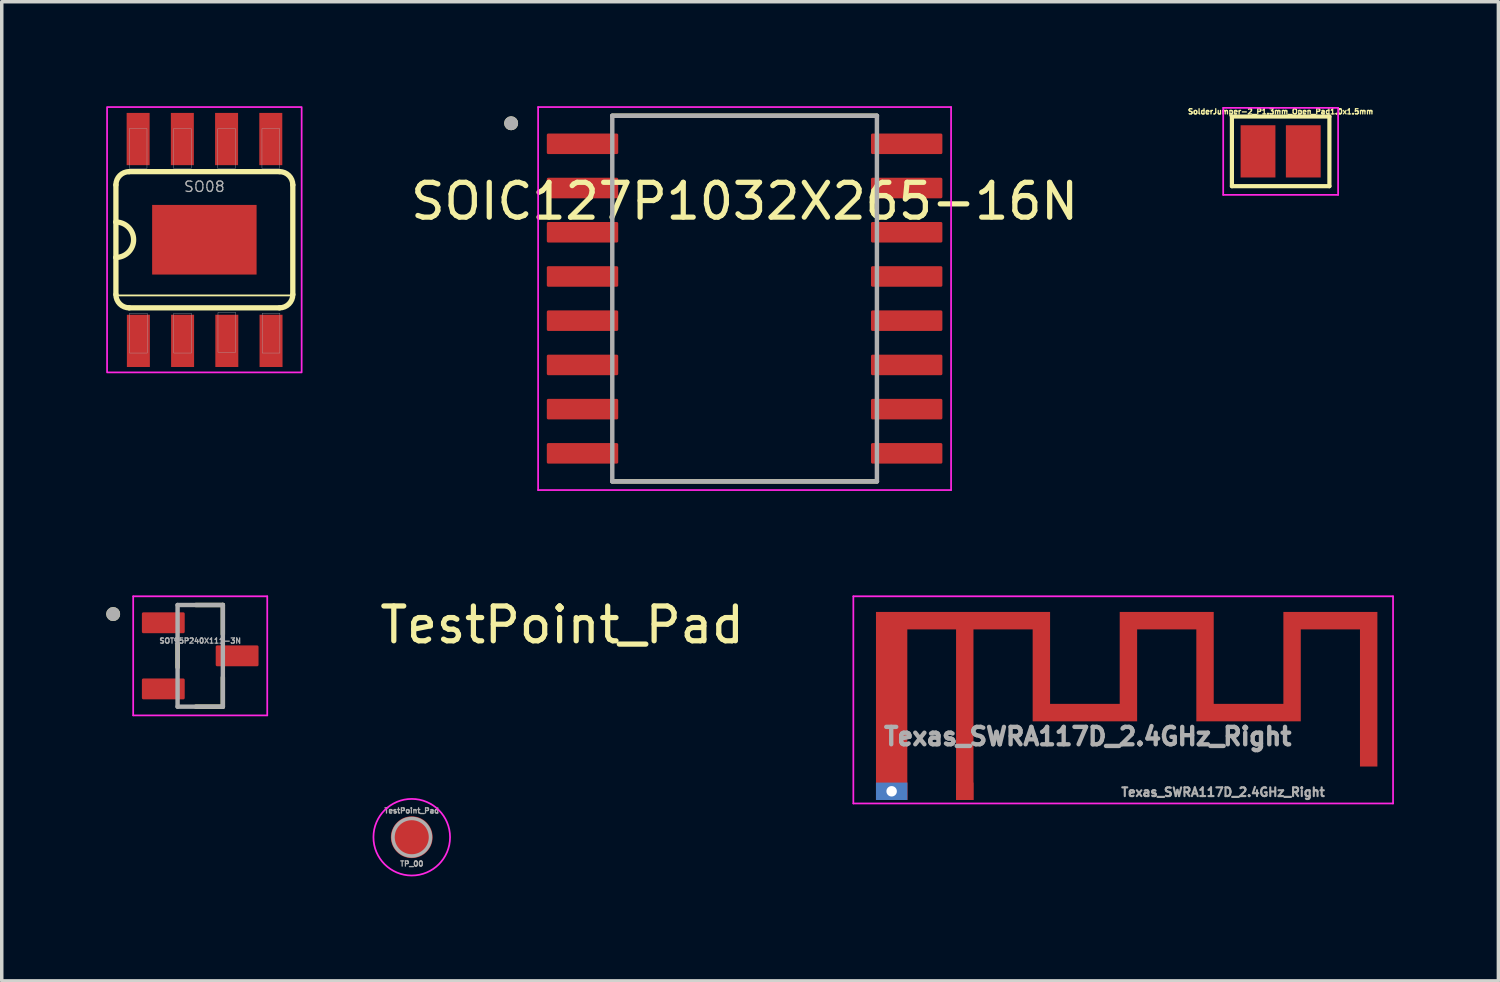
<source format=kicad_pcb>
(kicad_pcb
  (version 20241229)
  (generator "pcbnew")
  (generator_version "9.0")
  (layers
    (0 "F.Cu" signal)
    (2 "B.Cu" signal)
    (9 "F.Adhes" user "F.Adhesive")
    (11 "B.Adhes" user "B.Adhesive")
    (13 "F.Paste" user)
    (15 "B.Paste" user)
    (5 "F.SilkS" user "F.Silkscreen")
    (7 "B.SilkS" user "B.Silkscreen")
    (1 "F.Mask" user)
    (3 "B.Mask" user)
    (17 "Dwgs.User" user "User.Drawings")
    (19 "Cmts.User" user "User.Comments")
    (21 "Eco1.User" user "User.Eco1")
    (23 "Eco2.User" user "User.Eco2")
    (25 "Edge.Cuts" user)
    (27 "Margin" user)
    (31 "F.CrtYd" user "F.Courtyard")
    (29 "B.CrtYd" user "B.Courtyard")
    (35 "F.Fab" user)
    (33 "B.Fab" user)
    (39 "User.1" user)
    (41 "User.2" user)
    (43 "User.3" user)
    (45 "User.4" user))
  (footprint "SO08"
    (layer "F.Cu")
    (at 2.819 3.835)
    (property "Reference" "SO08" (at 0 -1.524 180) (layer "F.Fab") (effects (font (size 0.3 0.3) (thickness 0.037))))
    (attr smd)
    (fp_line (start -2.54 -1.575) (end -2.54 -0.508) (stroke (width 0.152) (type solid)) (layer "F.SilkS"))
    (fp_line (start -2.54 -0.508) (end -2.54 0.508) (stroke (width 0.152) (type solid)) (layer "F.SilkS"))
    (fp_line (start -2.54 0.508) (end -2.54 1.575) (stroke (width 0.152) (type solid)) (layer "F.SilkS"))
    (fp_line (start -2.54 1.6) (end 2.54 1.6) (stroke (width 0.051) (type solid)) (layer "F.SilkS"))
    (fp_line (start -2.159 1.956) (end 2.159 1.956) (stroke (width 0.152) (type solid)) (layer "F.SilkS"))
    (fp_line (start 2.159 -1.956) (end -2.159 -1.956) (stroke (width 0.152) (type solid)) (layer "F.SilkS"))
    (fp_line (start 2.54 1.575) (end 2.54 -1.575) (stroke (width 0.152) (type solid)) (layer "F.SilkS"))
    (fp_arc (start -2.54 -1.5748) (mid -2.428408 -1.844208) (end -2.159 -1.9558) (stroke (width 0.1524) (type solid)) (layer "F.SilkS"))
    (fp_arc (start -2.54 -0.508) (mid -2.032 0) (end -2.54 0.508) (stroke (width 0.1524) (type solid)) (layer "F.SilkS"))
    (fp_arc (start -2.159 1.9558) (mid -2.428408 1.844208) (end -2.54 1.5748) (stroke (width 0.1524) (type solid)) (layer "F.SilkS"))
    (fp_arc (start 2.159 -1.9558) (mid 2.428408 -1.844208) (end 2.54 -1.5748) (stroke (width 0.1524) (type solid)) (layer "F.SilkS"))
    (fp_arc (start 2.54 1.5748) (mid 2.428408 1.844208) (end 2.159 1.9558) (stroke (width 0.1524) (type solid)) (layer "F.SilkS"))
    (fp_rect (start -2.794 -3.81) (end 2.794 3.81) (stroke (width 0.05) (type default)) (fill no) (layer "F.CrtYd"))
    (fp_poly (pts (xy -2.156 -3.191) (xy -1.648 -3.191) (xy -1.648 -2.048) (xy -2.156 -2.048)) (stroke (width 0.01) (type solid)) (fill no) (layer "F.Fab"))
    (fp_poly (pts (xy -2.149 2.111) (xy -1.641 2.111) (xy -1.641 3.254) (xy -2.149 3.254)) (stroke (width 0.01) (type solid)) (fill no) (layer "F.Fab"))
    (fp_poly (pts (xy -0.886 -3.191) (xy -0.378 -3.191) (xy -0.378 -2.048) (xy -0.886 -2.048)) (stroke (width 0.01) (type solid)) (fill no) (layer "F.Fab"))
    (fp_poly (pts (xy -0.879 2.111) (xy -0.371 2.111) (xy -0.371 3.254) (xy -0.879 3.254)) (stroke (width 0.01) (type solid)) (fill no) (layer "F.Fab"))
    (fp_poly (pts (xy 0.384 -3.191) (xy 0.892 -3.191) (xy 0.892 -2.048) (xy 0.384 -2.048)) (stroke (width 0.01) (type solid)) (fill no) (layer "F.Fab"))
    (fp_poly (pts (xy 0.391 2.086) (xy 0.899 2.086) (xy 0.899 3.229) (xy 0.391 3.229)) (stroke (width 0.01) (type solid)) (fill no) (layer "F.Fab"))
    (fp_poly (pts (xy 1.654 -3.191) (xy 2.162 -3.191) (xy 2.162 -2.048) (xy 1.654 -2.048)) (stroke (width 0.01) (type solid)) (fill no) (layer "F.Fab"))
    (fp_poly (pts (xy 1.661 2.111) (xy 2.169 2.111) (xy 2.169 3.254) (xy 1.661 3.254)) (stroke (width 0.01) (type solid)) (fill no) (layer "F.Fab"))
    (pad "1" smd rect (at -1.895 2.905) (size 0.66 1.5) (layers "F.Cu" "F.Mask" "F.Paste"))
    (pad "2" smd rect (at -0.625 2.905) (size 0.66 1.5) (layers "F.Cu" "F.Mask" "F.Paste"))
    (pad "3" smd rect (at 0.645 2.905) (size 0.66 1.5) (layers "F.Cu" "F.Mask" "F.Paste"))
    (pad "4" smd rect (at 1.915 2.905) (size 0.66 1.5) (layers "F.Cu" "F.Mask" "F.Paste"))
    (pad "5" smd rect (at 1.908 -2.892) (size 0.66 1.5) (layers "F.Cu" "F.Mask" "F.Paste"))
    (pad "6" smd rect (at 0.638 -2.892) (size 0.66 1.5) (layers "F.Cu" "F.Mask" "F.Paste"))
    (pad "7" smd rect (at -0.632 -2.892) (size 0.66 1.5) (layers "F.Cu" "F.Mask" "F.Paste"))
    (pad "8" smd rect (at -1.902 -2.892) (size 0.66 1.5) (layers "F.Cu" "F.Mask" "F.Paste"))
    (pad "9" smd rect (at 0 0) (size 3 2) (layers "F.Cu" "F.Mask" "F.Paste")))
  (footprint "TestPoint_Pad"
    (layer "F.Cu")
    (at 8.775 20.994)
    (property "Reference" "TestPoint_Pad" (at 4.318 -6.096 0) (layer "F.SilkS") (effects (font (size 1 1) (thickness 0.15))))
    (property "Value" "TP_00" (at 0.635 0 0) (layer "F.SilkS") (hide yes) (effects (font (size 0.8 0.8) (thickness 0.1)) (justify left)))
    (attr exclude_from_pos_files exclude_from_bom)
    (fp_circle (center 0 0) (end 1.1 0) (stroke (width 0.05) (type solid)) (fill no) (layer "F.CrtYd"))
    (fp_circle (center 0 0) (end 0.381 0.381) (stroke (width 0.1) (type default)) (fill no) (layer "F.Fab"))
    (fp_text user "${VALUE}" (at 0 0.762 0) (layer "F.Fab") (effects (font (size 0.15 0.15) (thickness 0.037))))
    (fp_text user "${REFERENCE}" (at 0 -0.762 0) (layer "F.Fab") (effects (font (size 0.15 0.15) (thickness 0.037))))
    (pad "1" smd circle (at 0 0) (size 1.2 1.2) (layers "F.Cu" "F.Mask")))
  (footprint "SolderJumper-2_P1.3mm_Open_Pad1.0x1.5mm"
    (layer "F.Cu")
    (at 33.729 1.297)
    (property "Reference" "SolderJumper-2_P1.3mm_Open_Pad1.0x1.5mm" (at 0 -1.143 0) (layer "F.SilkS") (effects (font (size 0.15 0.15) (thickness 0.037))))
    (attr exclude_from_pos_files exclude_from_bom)
    (fp_line (start -1.4 -1) (end 1.4 -1) (stroke (width 0.12) (type solid)) (layer "F.SilkS"))
    (fp_line (start -1.4 1) (end -1.4 -1) (stroke (width 0.12) (type solid)) (layer "F.SilkS"))
    (fp_line (start 1.4 -1) (end 1.4 1) (stroke (width 0.12) (type solid)) (layer "F.SilkS"))
    (fp_line (start 1.4 1) (end -1.4 1) (stroke (width 0.12) (type solid)) (layer "F.SilkS"))
    (fp_line (start -1.65 -1.25) (end -1.65 1.25) (stroke (width 0.05) (type solid)) (layer "F.CrtYd"))
    (fp_line (start -1.65 -1.25) (end 1.65 -1.25) (stroke (width 0.05) (type solid)) (layer "F.CrtYd"))
    (fp_line (start 1.65 1.25) (end -1.65 1.25) (stroke (width 0.05) (type solid)) (layer "F.CrtYd"))
    (fp_line (start 1.65 1.25) (end 1.65 -1.25) (stroke (width 0.05) (type solid)) (layer "F.CrtYd"))
    (pad "1" smd rect (at -0.65 0) (size 1 1.5) (layers "F.Cu" "F.Mask"))
    (pad "2" smd rect (at 0.65 0) (size 1 1.5) (layers "F.Cu" "F.Mask")))
  (footprint "SOIC127P1032X265-16N"
    (layer "F.Cu")
    (at 18.334 5.525)
    (property "Reference" "SOIC127P1032X265-16N" (at 0 -2.794 0) (layer "F.SilkS") (effects (font (size 1 1) (thickness 0.15))))
    (attr smd)
    (fp_line (start -3.8 -5.25) (end 3.8 -5.25) (stroke (width 0.127) (type solid)) (layer "F.SilkS"))
    (fp_line (start -3.8 5.25) (end 3.8 5.25) (stroke (width 0.127) (type solid)) (layer "F.SilkS"))
    (fp_circle (center -6.705 -5.035) (end -6.605 -5.035) (stroke (width 0.2) (type solid)) (fill no) (layer "F.SilkS"))
    (fp_line (start -5.93 -5.5) (end -5.93 5.5) (stroke (width 0.05) (type solid)) (layer "F.CrtYd"))
    (fp_line (start -5.93 -5.5) (end 5.93 -5.5) (stroke (width 0.05) (type solid)) (layer "F.CrtYd"))
    (fp_line (start -5.93 5.5) (end 5.93 5.5) (stroke (width 0.05) (type solid)) (layer "F.CrtYd"))
    (fp_line (start 5.93 -5.5) (end 5.93 5.5) (stroke (width 0.05) (type solid)) (layer "F.CrtYd"))
    (fp_line (start -3.8 -5.25) (end -3.8 5.25) (stroke (width 0.127) (type solid)) (layer "F.Fab"))
    (fp_line (start -3.8 -5.25) (end 3.8 -5.25) (stroke (width 0.127) (type solid)) (layer "F.Fab"))
    (fp_line (start -3.8 5.25) (end 3.8 5.25) (stroke (width 0.127) (type solid)) (layer "F.Fab"))
    (fp_line (start 3.8 -5.25) (end 3.8 5.25) (stroke (width 0.127) (type solid)) (layer "F.Fab"))
    (fp_circle (center -6.705 -5.035) (end -6.605 -5.035) (stroke (width 0.2) (type solid)) (fill no) (layer "F.Fab"))
    (pad "1" smd roundrect (at -4.655 -4.445) (size 2.05 0.59) (layers "F.Cu" "F.Mask" "F.Paste") (roundrect_rratio 0.07))
    (pad "2" smd roundrect (at -4.655 -3.175) (size 2.05 0.59) (layers "F.Cu" "F.Mask" "F.Paste") (roundrect_rratio 0.07))
    (pad "3" smd roundrect (at -4.655 -1.905) (size 2.05 0.59) (layers "F.Cu" "F.Mask" "F.Paste") (roundrect_rratio 0.07))
    (pad "4" smd roundrect (at -4.655 -0.635) (size 2.05 0.59) (layers "F.Cu" "F.Mask" "F.Paste") (roundrect_rratio 0.07))
    (pad "5" smd roundrect (at -4.655 0.635) (size 2.05 0.59) (layers "F.Cu" "F.Mask" "F.Paste") (roundrect_rratio 0.07))
    (pad "6" smd roundrect (at -4.655 1.905) (size 2.05 0.59) (layers "F.Cu" "F.Mask" "F.Paste") (roundrect_rratio 0.07))
    (pad "7" smd roundrect (at -4.655 3.175) (size 2.05 0.59) (layers "F.Cu" "F.Mask" "F.Paste") (roundrect_rratio 0.07))
    (pad "8" smd roundrect (at -4.655 4.445) (size 2.05 0.59) (layers "F.Cu" "F.Mask" "F.Paste") (roundrect_rratio 0.07))
    (pad "9" smd roundrect (at 4.655 4.445) (size 2.05 0.59) (layers "F.Cu" "F.Mask" "F.Paste") (roundrect_rratio 0.07))
    (pad "10" smd roundrect (at 4.655 3.175) (size 2.05 0.59) (layers "F.Cu" "F.Mask" "F.Paste") (roundrect_rratio 0.07))
    (pad "11" smd roundrect (at 4.655 1.905) (size 2.05 0.59) (layers "F.Cu" "F.Mask" "F.Paste") (roundrect_rratio 0.07))
    (pad "12" smd roundrect (at 4.655 0.635) (size 2.05 0.59) (layers "F.Cu" "F.Mask" "F.Paste") (roundrect_rratio 0.07))
    (pad "13" smd roundrect (at 4.655 -0.635) (size 2.05 0.59) (layers "F.Cu" "F.Mask" "F.Paste") (roundrect_rratio 0.07))
    (pad "14" smd roundrect (at 4.655 -1.905) (size 2.05 0.59) (layers "F.Cu" "F.Mask" "F.Paste") (roundrect_rratio 0.07))
    (pad "15" smd roundrect (at 4.655 -3.175) (size 2.05 0.59) (layers "F.Cu" "F.Mask" "F.Paste") (roundrect_rratio 0.07))
    (pad "16" smd roundrect (at 4.655 -4.445) (size 2.05 0.59) (layers "F.Cu" "F.Mask" "F.Paste") (roundrect_rratio 0.07)))
  (footprint "Texas_SWRA117D_2.4GHz_Right"
    (layer "F.Cu")
    (at 24.657 19.675)
    (property "Reference" "Texas_SWRA117D_2.4GHz_Right" (at 3.531 -1.575 0) (layer "F.Fab") (effects (font (size 0.5 0.5) (thickness 0.125))))
    (attr exclude_from_pos_files exclude_from_bom)
    (fp_poly (pts (xy 2.45 -2.51) (xy 4.45 -2.51) (xy 4.45 -5.15) (xy 7.15 -5.15) (xy 7.15 -2.51) (xy 9.15 -2.51) (xy 9.15 -5.15) (xy 11.85 -5.15) (xy 11.85 -0.71) (xy 11.35 -0.71) (xy 11.35 -4.65) (xy 9.65 -4.65) (xy 9.65 -2.01) (xy 6.65 -2.01) (xy 6.65 -4.65) (xy 4.95 -4.65) (xy 4.95 -2.01) (xy 1.95 -2.01) (xy 1.95 -4.65) (xy 0.25 -4.65) (xy 0.25 0.25) (xy -0.25 0.25) (xy -0.25 -4.65) (xy -1.65 -4.65) (xy -1.65 0.25) (xy -2.55 0.25) (xy -2.55 0.007) (xy -2.248 0.007) (xy -2.238 0.054) (xy -2.214 0.097) (xy -2.176 0.13) (xy -2.168 0.134) (xy -2.125 0.146) (xy -2.077 0.145) (xy -2.031 0.132) (xy -2.013 0.122) (xy -1.979 0.087) (xy -1.958 0.041) (xy -1.952 -0.008) (xy -1.96 -0.056) (xy -1.977 -0.089) (xy -2.012 -0.121) (xy -2.058 -0.141) (xy -2.107 -0.148) (xy -2.155 -0.14) (xy -2.188 -0.123) (xy -2.223 -0.086) (xy -2.243 -0.042) (xy -2.248 0.007) (xy -2.55 0.007) (xy -2.55 -5.15) (xy 2.45 -5.15) (xy 2.45 -2.51)) (stroke (width 0) (type solid)) (fill yes) (layer "F.Cu"))
    (fp_line (start -3.2 -5.6) (end 12.3 -5.6) (stroke (width 0.05) (type solid)) (layer "F.CrtYd"))
    (fp_line (start -3.2 0.35) (end -3.2 -5.6) (stroke (width 0.05) (type solid)) (layer "F.CrtYd"))
    (fp_line (start 12.3 -5.6) (end 12.3 0.35) (stroke (width 0.05) (type solid)) (layer "F.CrtYd"))
    (fp_line (start 12.3 0.35) (end -3.2 0.35) (stroke (width 0.05) (type solid)) (layer "F.CrtYd"))
    (fp_text user "${REFERENCE}" (at 7.417 0.025 0) (layer "F.Fab") (effects (font (size 0.25 0.25) (thickness 0.062))))
    (pad "1" thru_hole rect (at -2.1 0) (size 0.9 0.5) (drill 0.3) (layers "*.Cu"))
    (pad "2" connect rect (at 0 0) (size 0.5 0.5) (layers "F.Cu"))
    (zone (net_name "") (layers "F.Cu" "B.Cu" "F.SilkS") (name "ANTENNA") (hatch edge 0.25) (connect_pads) (min_thickness 0.25) (filled_areas_thickness no) (keepout (tracks not_allowed) (vias not_allowed) (pads not_allowed) (copperpour not_allowed) (footprints allowed)) (placement (enabled no)) (fill) (polygon (pts (xy 21.508 14.112) (xy 36.917 14.114) (xy 36.917 19.397) (xy 21.508 19.396)))))
  (footprint "SOT95P240X111-3N"
    (layer "F.Cu")
    (at 2.7 15.785)
    (property "Reference" "SOT95P240X111-3N" (at 0 -0.432 0) (layer "F.Fab") (effects (font (size 0.15 0.15) (thickness 0.037))))
    (attr smd)
    (fp_line (start -0.65 -0.33) (end -0.65 0.33) (stroke (width 0.127) (type solid)) (layer "F.SilkS"))
    (fp_line (start 0.65 -1.46) (end -0.125 -1.46) (stroke (width 0.127) (type solid)) (layer "F.SilkS"))
    (fp_line (start 0.65 -0.62) (end 0.65 -1.46) (stroke (width 0.127) (type solid)) (layer "F.SilkS"))
    (fp_line (start 0.65 0.62) (end 0.65 1.46) (stroke (width 0.127) (type solid)) (layer "F.SilkS"))
    (fp_line (start 0.65 1.46) (end -0.125 1.46) (stroke (width 0.127) (type solid)) (layer "F.SilkS"))
    (fp_circle (center -2.5 -1.2) (end -2.4 -1.2) (stroke (width 0.2) (type solid)) (fill no) (layer "F.SilkS"))
    (fp_line (start -1.925 -1.71) (end 1.925 -1.71) (stroke (width 0.05) (type solid)) (layer "F.CrtYd"))
    (fp_line (start -1.925 1.71) (end -1.925 -1.71) (stroke (width 0.05) (type solid)) (layer "F.CrtYd"))
    (fp_line (start 1.925 -1.71) (end 1.925 1.71) (stroke (width 0.05) (type solid)) (layer "F.CrtYd"))
    (fp_line (start 1.925 1.71) (end -1.925 1.71) (stroke (width 0.05) (type solid)) (layer "F.CrtYd"))
    (fp_line (start -0.65 -1.46) (end -0.65 1.46) (stroke (width 0.127) (type solid)) (layer "F.Fab"))
    (fp_line (start -0.65 1.46) (end 0.65 1.46) (stroke (width 0.127) (type solid)) (layer "F.Fab"))
    (fp_line (start 0.65 -1.46) (end -0.65 -1.46) (stroke (width 0.127) (type solid)) (layer "F.Fab"))
    (fp_line (start 0.65 1.46) (end 0.65 -1.46) (stroke (width 0.127) (type solid)) (layer "F.Fab"))
    (fp_circle (center -2.5 -1.2) (end -2.4 -1.2) (stroke (width 0.2) (type solid)) (fill no) (layer "F.Fab"))
    (pad "1" smd roundrect (at -1.06 -0.95) (size 1.23 0.6) (layers "F.Cu" "F.Mask" "F.Paste") (roundrect_rratio 0.07))
    (pad "2" smd roundrect (at -1.06 0.95) (size 1.23 0.6) (layers "F.Cu" "F.Mask" "F.Paste") (roundrect_rratio 0.07))
    (pad "3" smd roundrect (at 1.06 0) (size 1.23 0.6) (layers "F.Cu" "F.Mask" "F.Paste") (roundrect_rratio 0.07)))
  (gr_rect
    (start -3 -3)
    (end 39.982 25.119)
    (stroke (width 0.1) (type default))
    (fill no)
    (layer "Edge.Cuts")))
</source>
